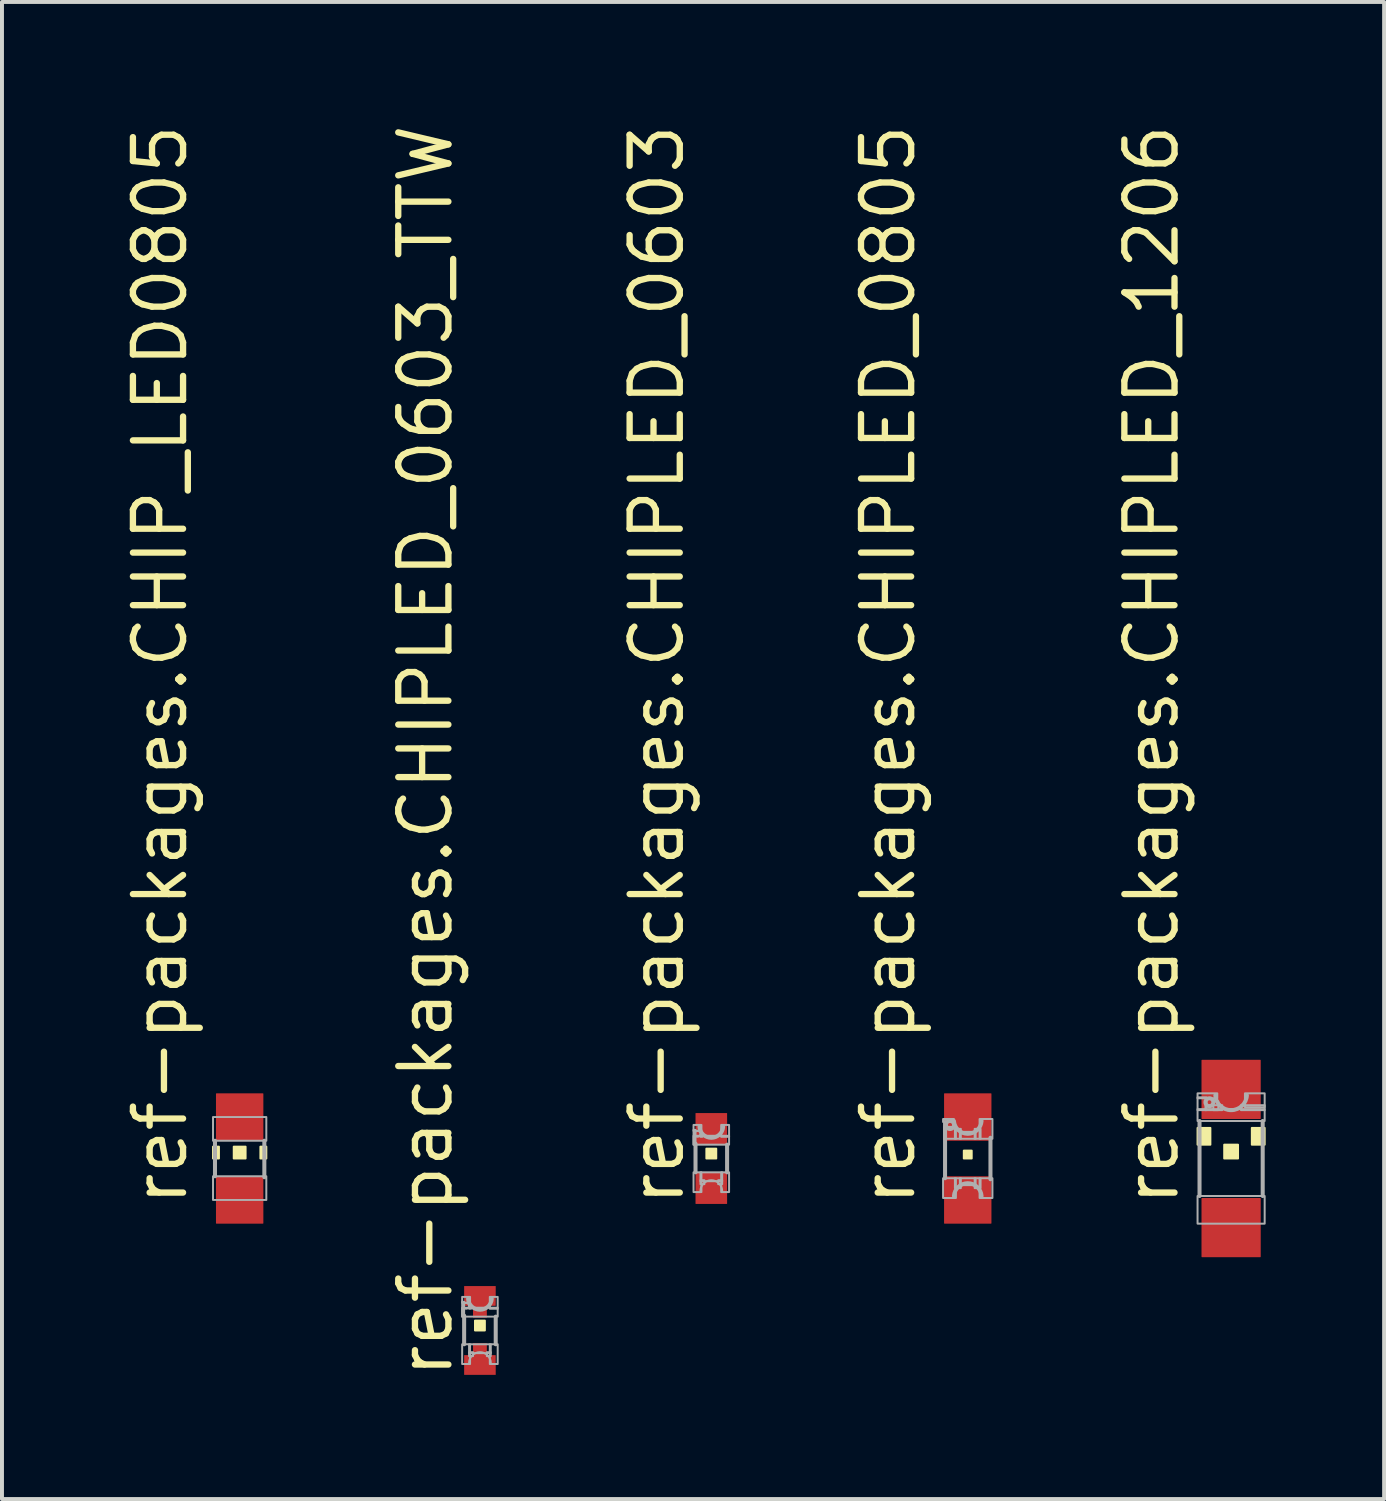
<source format=kicad_pcb>
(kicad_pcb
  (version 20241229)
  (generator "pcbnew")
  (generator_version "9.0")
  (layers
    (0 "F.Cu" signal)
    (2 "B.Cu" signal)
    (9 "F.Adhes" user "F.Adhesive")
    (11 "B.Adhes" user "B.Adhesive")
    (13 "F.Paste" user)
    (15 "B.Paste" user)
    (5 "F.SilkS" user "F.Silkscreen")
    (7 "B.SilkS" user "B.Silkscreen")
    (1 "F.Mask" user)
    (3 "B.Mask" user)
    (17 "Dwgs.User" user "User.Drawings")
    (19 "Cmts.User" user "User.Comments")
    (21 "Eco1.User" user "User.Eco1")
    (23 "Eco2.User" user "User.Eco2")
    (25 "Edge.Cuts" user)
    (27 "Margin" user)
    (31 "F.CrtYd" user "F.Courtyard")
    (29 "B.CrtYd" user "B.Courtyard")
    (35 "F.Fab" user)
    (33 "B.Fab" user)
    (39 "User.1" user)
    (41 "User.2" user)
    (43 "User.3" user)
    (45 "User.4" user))
  (footprint "ref-packages.CHIPLED_1206"
    (layer "F.Cu")
    (at 28.13 26.291)
    (property "Reference" "ref-packages.CHIPLED_1206" (at -1.27 1.27 90) (layer "F.SilkS") (effects (font (size 1.27 1.27) (thickness 0.16)) (justify left bottom)))
    (attr smd)
    (fp_rect (start -0.85 -0.35) (end -0.525 -0.775) (stroke (width 0.05) (type default)) (fill yes) (layer "F.SilkS"))
    (fp_rect (start -0.175 0) (end 0.175 -0.35) (stroke (width 0.05) (type default)) (fill yes) (layer "F.SilkS"))
    (fp_rect (start 0.525 -0.35) (end 0.85 -0.775) (stroke (width 0.05) (type default)) (fill yes) (layer "F.SilkS"))
    (fp_line (start -0.8 0.95) (end -0.8 -0.95) (stroke (width 0.102) (type default)) (layer "F.Fab"))
    (fp_line (start 0.8 -0.95) (end 0.8 0.95) (stroke (width 0.102) (type default)) (layer "F.Fab"))
    (fp_rect (start -0.85 -1.525) (end -0.35 -1.65) (stroke (width 0.05) (type default)) (fill no) (layer "F.Fab"))
    (fp_rect (start -0.85 -1.225) (end -0.625 -1.55) (stroke (width 0.05) (type default)) (fill no) (layer "F.Fab"))
    (fp_rect (start -0.85 -0.95) (end 0.85 -1.25) (stroke (width 0.05) (type default)) (fill no) (layer "F.Fab"))
    (fp_rect (start -0.85 1.65) (end 0.85 0.95) (stroke (width 0.05) (type default)) (fill no) (layer "F.Fab"))
    (fp_rect (start -0.65 -1.225) (end -0.225 -1.35) (stroke (width 0.05) (type default)) (fill no) (layer "F.Fab"))
    (fp_rect (start -0.45 -1.225) (end -0.325 -1.45) (stroke (width 0.05) (type default)) (fill no) (layer "F.Fab"))
    (fp_rect (start 0.25 -1.225) (end 0.85 -1.35) (stroke (width 0.05) (type default)) (fill no) (layer "F.Fab"))
    (fp_rect (start 0.35 -1.3) (end 0.85 -1.65) (stroke (width 0.05) (type default)) (fill no) (layer "F.Fab"))
    (fp_arc (start 0.4 -1.6) (mid 0 -1.224969) (end -0.4 -1.6) (stroke (width 0.1016) (type default)) (layer "F.Fab"))
    (fp_circle (center -0.55 -1.425) (end -0.45 -1.425) (stroke (width 0.102) (type default)) (fill no) (layer "F.Fab"))
    (pad "A" smd roundrect (at 0 1.75) (size 1.5 1.5) (layers "F.Cu" "F.Mask" "F.Paste") (roundrect_rratio 0.01))
    (pad "C" smd roundrect (at 0 -1.75) (size 1.5 1.5) (layers "F.Cu" "F.Mask" "F.Paste") (roundrect_rratio 0.01)))
  (footprint "ref-packages.CHIPLED_0603"
    (layer "F.Cu")
    (at 14.965 26.291)
    (property "Reference" "ref-packages.CHIPLED_0603" (at -0.635 1.27 90) (layer "F.SilkS") (effects (font (size 1.27 1.27) (thickness 0.16)) (justify left bottom)))
    (attr smd)
    (fp_rect (start -0.125 0) (end 0.125 -0.25) (stroke (width 0.05) (type default)) (fill yes) (layer "F.SilkS"))
    (fp_line (start -0.4 -0.375) (end -0.4 0.35) (stroke (width 0.102) (type default)) (layer "F.Fab"))
    (fp_line (start 0.4 -0.35) (end 0.4 0.35) (stroke (width 0.102) (type default)) (layer "F.Fab"))
    (fp_rect (start -0.45 -0.7) (end -0.25 -0.85) (stroke (width 0.05) (type default)) (fill no) (layer "F.Fab"))
    (fp_rect (start -0.45 -0.35) (end -0.4 -0.725) (stroke (width 0.05) (type default)) (fill no) (layer "F.Fab"))
    (fp_rect (start -0.45 -0.35) (end 0.45 -0.575) (stroke (width 0.05) (type default)) (fill no) (layer "F.Fab"))
    (fp_rect (start -0.45 0.85) (end -0.25 0.35) (stroke (width 0.05) (type default)) (fill no) (layer "F.Fab"))
    (fp_rect (start -0.275 -0.55) (end -0.225 -0.6) (stroke (width 0.05) (type default)) (fill no) (layer "F.Fab"))
    (fp_rect (start -0.275 0.575) (end 0.275 0.35) (stroke (width 0.05) (type default)) (fill no) (layer "F.Fab"))
    (fp_rect (start -0.275 0.65) (end -0.175 0.55) (stroke (width 0.05) (type default)) (fill no) (layer "F.Fab"))
    (fp_rect (start 0.175 0.65) (end 0.275 0.55) (stroke (width 0.05) (type default)) (fill no) (layer "F.Fab"))
    (fp_rect (start 0.25 -0.55) (end 0.45 -0.85) (stroke (width 0.05) (type default)) (fill no) (layer "F.Fab"))
    (fp_rect (start 0.25 0.85) (end 0.45 0.35) (stroke (width 0.05) (type default)) (fill no) (layer "F.Fab"))
    (fp_arc (start -0.275 0.825) (mid 0 0.55) (end 0.275 0.825) (stroke (width 0.0508) (type default)) (layer "F.Fab"))
    (fp_arc (start 0.3 -0.8) (mid 0 -0.524967) (end -0.3 -0.8) (stroke (width 0.1016) (type default)) (layer "F.Fab"))
    (fp_circle (center -0.35 -0.625) (end -0.275 -0.625) (stroke (width 0.051) (type default)) (fill no) (layer "F.Fab"))
    (pad "A" smd roundrect (at 0 0.75) (size 0.8 0.8) (layers "F.Cu" "F.Mask" "F.Paste") (roundrect_rratio 0.01))
    (pad "C" smd roundrect (at 0 -0.75) (size 0.8 0.8) (layers "F.Cu" "F.Mask" "F.Paste") (roundrect_rratio 0.01)))
  (footprint "ref-packages.CHIPLED_0603_TTW"
    (layer "F.Cu")
    (at 9.105 30.646)
    (property "Reference" "ref-packages.CHIPLED_0603_TTW" (at -0.635 1.27 90) (layer "F.SilkS") (effects (font (size 1.27 1.27) (thickness 0.16)) (justify left bottom)))
    (attr smd)
    (fp_rect (start -0.4 -0.625) (end 0.4 -1.125) (stroke (width 0.05) (type default)) (fill yes) (layer "F.Mask"))
    (fp_rect (start -0.4 1.125) (end 0.4 0.625) (stroke (width 0.05) (type default)) (fill yes) (layer "F.Mask"))
    (fp_rect (start -0.175 -0.325) (end 0.175 -0.7) (stroke (width 0.05) (type default)) (fill yes) (layer "F.Mask"))
    (fp_rect (start -0.175 0.675) (end 0.175 0.325) (stroke (width 0.05) (type default)) (fill yes) (layer "F.Mask"))
    (fp_rect (start -0.125 0) (end 0.125 -0.25) (stroke (width 0.05) (type default)) (fill yes) (layer "F.SilkS"))
    (fp_line (start -0.4 -0.375) (end -0.4 0.35) (stroke (width 0.102) (type default)) (layer "F.Fab"))
    (fp_line (start 0.4 -0.35) (end 0.4 0.35) (stroke (width 0.102) (type default)) (layer "F.Fab"))
    (fp_rect (start -0.45 -0.7) (end -0.25 -0.85) (stroke (width 0.05) (type default)) (fill no) (layer "F.Fab"))
    (fp_rect (start -0.45 -0.35) (end -0.4 -0.725) (stroke (width 0.05) (type default)) (fill no) (layer "F.Fab"))
    (fp_rect (start -0.45 -0.35) (end 0.45 -0.575) (stroke (width 0.05) (type default)) (fill no) (layer "F.Fab"))
    (fp_rect (start -0.45 0.85) (end -0.25 0.35) (stroke (width 0.05) (type default)) (fill no) (layer "F.Fab"))
    (fp_rect (start -0.275 -0.55) (end -0.225 -0.6) (stroke (width 0.05) (type default)) (fill no) (layer "F.Fab"))
    (fp_rect (start -0.275 0.575) (end 0.275 0.35) (stroke (width 0.05) (type default)) (fill no) (layer "F.Fab"))
    (fp_rect (start -0.275 0.65) (end -0.175 0.55) (stroke (width 0.05) (type default)) (fill no) (layer "F.Fab"))
    (fp_rect (start 0.175 0.65) (end 0.275 0.55) (stroke (width 0.05) (type default)) (fill no) (layer "F.Fab"))
    (fp_rect (start 0.25 -0.55) (end 0.45 -0.85) (stroke (width 0.05) (type default)) (fill no) (layer "F.Fab"))
    (fp_rect (start 0.25 0.85) (end 0.45 0.35) (stroke (width 0.05) (type default)) (fill no) (layer "F.Fab"))
    (fp_arc (start -0.275 0.825) (mid 0 0.55) (end 0.275 0.825) (stroke (width 0.0508) (type default)) (layer "F.Fab"))
    (fp_arc (start 0.3 -0.8) (mid 0 -0.524967) (end -0.3 -0.8) (stroke (width 0.1016) (type default)) (layer "F.Fab"))
    (fp_circle (center -0.35 -0.625) (end -0.275 -0.625) (stroke (width 0.051) (type default)) (fill no) (layer "F.Fab"))
    (pad "A" smd roundrect (at 0 0.875) (size 0.8 0.5) (layers "F.Cu" "F.Mask" "F.Paste") (roundrect_rratio 0.01))
    (pad "A@1" smd roundrect (at 0 0.5) (size 0.35 0.35) (layers "F.Cu" "F.Mask" "F.Paste") (roundrect_rratio 0.01))
    (pad "C" smd roundrect (at 0 -0.875) (size 0.8 0.5) (layers "F.Cu" "F.Mask" "F.Paste") (roundrect_rratio 0.01))
    (pad "C@1" smd roundrect (at 0 -0.5) (size 0.35 0.35) (layers "F.Cu" "F.Mask" "F.Paste") (roundrect_rratio 0.01)))
  (footprint "ref-packages.CHIPLED_0805"
    (layer "F.Cu")
    (at 21.46 26.291)
    (property "Reference" "ref-packages.CHIPLED_0805" (at -1.27 1.27 90) (layer "F.SilkS") (effects (font (size 1.27 1.27) (thickness 0.16)) (justify left bottom)))
    (attr smd)
    (fp_rect (start -0.1 0) (end 0.1 -0.2) (stroke (width 0.05) (type default)) (fill yes) (layer "F.SilkS"))
    (fp_line (start -0.575 0.5) (end -0.575 -0.925) (stroke (width 0.102) (type default)) (layer "F.Fab"))
    (fp_line (start 0.575 -0.525) (end 0.575 0.525) (stroke (width 0.102) (type default)) (layer "F.Fab"))
    (fp_rect (start -0.625 -0.925) (end -0.35 -1) (stroke (width 0.05) (type default)) (fill no) (layer "F.Fab"))
    (fp_rect (start -0.625 1) (end -0.3 0.5) (stroke (width 0.05) (type default)) (fill no) (layer "F.Fab"))
    (fp_rect (start -0.6 -0.5) (end -0.3 -0.8) (stroke (width 0.05) (type default)) (fill no) (layer "F.Fab"))
    (fp_rect (start -0.325 -0.5) (end -0.175 -0.75) (stroke (width 0.05) (type default)) (fill no) (layer "F.Fab"))
    (fp_rect (start -0.325 0.75) (end -0.175 0.5) (stroke (width 0.05) (type default)) (fill no) (layer "F.Fab"))
    (fp_rect (start -0.2 -0.5) (end 0.2 -0.675) (stroke (width 0.05) (type default)) (fill no) (layer "F.Fab"))
    (fp_rect (start -0.2 0.675) (end 0.2 0.5) (stroke (width 0.05) (type default)) (fill no) (layer "F.Fab"))
    (fp_rect (start 0.175 -0.5) (end 0.325 -0.75) (stroke (width 0.05) (type default)) (fill no) (layer "F.Fab"))
    (fp_rect (start 0.175 0.75) (end 0.325 0.5) (stroke (width 0.05) (type default)) (fill no) (layer "F.Fab"))
    (fp_rect (start 0.3 -0.5) (end 0.625 -1) (stroke (width 0.05) (type default)) (fill no) (layer "F.Fab"))
    (fp_rect (start 0.3 1) (end 0.625 0.5) (stroke (width 0.05) (type default)) (fill no) (layer "F.Fab"))
    (fp_arc (start -0.35 0.95) (mid 0 0.625036) (end 0.35 0.95) (stroke (width 0.1016) (type default)) (layer "F.Fab"))
    (fp_arc (start 0.35 -0.95) (mid 0 -0.625036) (end -0.35 -0.95) (stroke (width 0.1016) (type default)) (layer "F.Fab"))
    (fp_circle (center -0.45 -0.85) (end -0.347 -0.85) (stroke (width 0.102) (type default)) (fill no) (layer "F.Fab"))
    (pad "A" smd roundrect (at 0 1.05) (size 1.2 1.2) (layers "F.Cu" "F.Mask" "F.Paste") (roundrect_rratio 0.01))
    (pad "C" smd roundrect (at 0 -1.05) (size 1.2 1.2) (layers "F.Cu" "F.Mask" "F.Paste") (roundrect_rratio 0.01)))
  (footprint "ref-packages.CHIP_LED0805"
    (layer "F.Cu")
    (at 3.02 26.291)
    (property "Reference" "ref-packages.CHIP_LED0805" (at -1.27 1.27 90) (layer "F.SilkS") (effects (font (size 1.27 1.27) (thickness 0.16)) (justify left bottom)))
    (attr smd)
    (fp_rect (start -0.675 0) (end -0.525 -0.3) (stroke (width 0.05) (type default)) (fill yes) (layer "F.SilkS"))
    (fp_rect (start -0.15 0) (end 0.15 -0.3) (stroke (width 0.05) (type default)) (fill yes) (layer "F.SilkS"))
    (fp_rect (start 0.525 0) (end 0.675 -0.3) (stroke (width 0.05) (type default)) (fill yes) (layer "F.SilkS"))
    (fp_line (start -0.625 -0.45) (end -0.625 0.45) (stroke (width 0.102) (type default)) (layer "F.Fab"))
    (fp_line (start 0.625 -0.45) (end 0.625 0.475) (stroke (width 0.102) (type default)) (layer "F.Fab"))
    (fp_rect (start -0.675 -0.45) (end 0.675 -1.05) (stroke (width 0.05) (type default)) (fill no) (layer "F.Fab"))
    (fp_rect (start -0.675 1.05) (end 0.675 0.45) (stroke (width 0.05) (type default)) (fill no) (layer "F.Fab"))
    (pad "A" smd roundrect (at 0 1.05) (size 1.2 1.2) (layers "F.Cu" "F.Mask" "F.Paste") (roundrect_rratio 0.01))
    (pad "C" smd roundrect (at 0 -1.05) (size 1.2 1.2) (layers "F.Cu" "F.Mask" "F.Paste") (roundrect_rratio 0.01)))
  (gr_rect
    (start -3 -3)
    (end 32.005 34.916)
    (stroke (width 0.1) (type default))
    (fill no)
    (layer "Edge.Cuts")))
</source>
